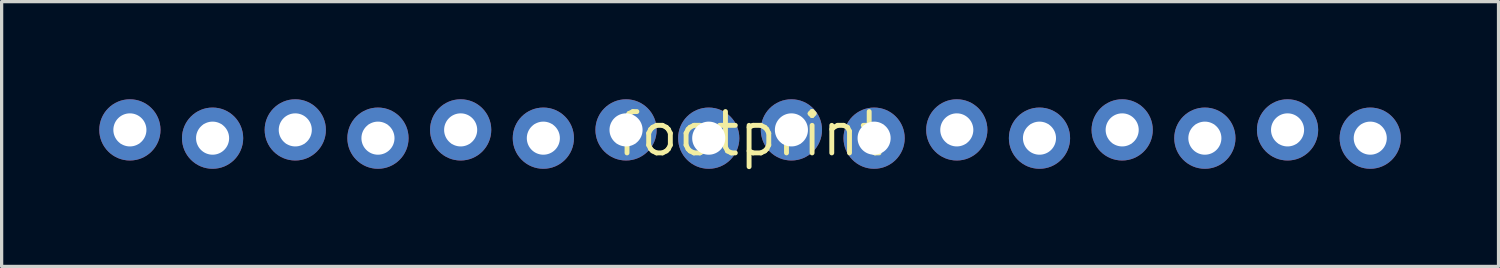
<source format=kicad_pcb>
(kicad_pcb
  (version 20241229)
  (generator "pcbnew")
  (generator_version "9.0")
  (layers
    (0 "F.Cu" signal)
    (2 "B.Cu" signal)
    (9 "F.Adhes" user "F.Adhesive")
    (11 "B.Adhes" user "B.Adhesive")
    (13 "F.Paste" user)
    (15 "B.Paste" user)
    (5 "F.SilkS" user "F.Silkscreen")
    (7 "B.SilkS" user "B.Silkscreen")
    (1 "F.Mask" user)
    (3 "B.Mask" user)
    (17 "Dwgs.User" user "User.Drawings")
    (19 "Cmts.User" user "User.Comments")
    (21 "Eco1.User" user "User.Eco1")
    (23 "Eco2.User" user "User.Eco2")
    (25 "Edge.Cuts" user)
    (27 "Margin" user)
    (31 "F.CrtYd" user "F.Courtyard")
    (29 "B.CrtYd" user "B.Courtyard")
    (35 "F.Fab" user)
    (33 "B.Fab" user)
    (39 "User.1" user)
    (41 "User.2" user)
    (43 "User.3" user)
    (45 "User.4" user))
  (footprint "footprint"
    (layer "F.Cu")
    (at 19.99 1.067)
    (property "Reference" "footprint" (at 0 0 0) (layer "F.SilkS") (effects (font (size 1.27 1.27) (thickness 0.15))))
    (fp_poly (pts (xy -19.304 0.254) (xy -18.796 0.254) (xy -18.796 -0.254) (xy -19.304 -0.254)) (stroke (width 0.1) (type solid)) (fill no) (layer "F.Fab"))
    (fp_poly (pts (xy -16.764 0.254) (xy -16.256 0.254) (xy -16.256 -0.254) (xy -16.764 -0.254)) (stroke (width 0.1) (type solid)) (fill no) (layer "F.Fab"))
    (fp_poly (pts (xy -14.224 0.254) (xy -13.716 0.254) (xy -13.716 -0.254) (xy -14.224 -0.254)) (stroke (width 0.1) (type solid)) (fill no) (layer "F.Fab"))
    (fp_poly (pts (xy -11.684 0.254) (xy -11.176 0.254) (xy -11.176 -0.254) (xy -11.684 -0.254)) (stroke (width 0.1) (type solid)) (fill no) (layer "F.Fab"))
    (fp_poly (pts (xy -9.144 0.254) (xy -8.636 0.254) (xy -8.636 -0.254) (xy -9.144 -0.254)) (stroke (width 0.1) (type solid)) (fill no) (layer "F.Fab"))
    (fp_poly (pts (xy -6.604 0.254) (xy -6.096 0.254) (xy -6.096 -0.254) (xy -6.604 -0.254)) (stroke (width 0.1) (type solid)) (fill no) (layer "F.Fab"))
    (fp_poly (pts (xy -4.064 0.254) (xy -3.556 0.254) (xy -3.556 -0.254) (xy -4.064 -0.254)) (stroke (width 0.1) (type solid)) (fill no) (layer "F.Fab"))
    (fp_poly (pts (xy -1.524 0.254) (xy -1.016 0.254) (xy -1.016 -0.254) (xy -1.524 -0.254)) (stroke (width 0.1) (type solid)) (fill no) (layer "F.Fab"))
    (fp_poly (pts (xy 1.016 0.254) (xy 1.524 0.254) (xy 1.524 -0.254) (xy 1.016 -0.254)) (stroke (width 0.1) (type solid)) (fill no) (layer "F.Fab"))
    (fp_poly (pts (xy 3.556 0.254) (xy 4.064 0.254) (xy 4.064 -0.254) (xy 3.556 -0.254)) (stroke (width 0.1) (type solid)) (fill no) (layer "F.Fab"))
    (fp_poly (pts (xy 6.096 0.254) (xy 6.604 0.254) (xy 6.604 -0.254) (xy 6.096 -0.254)) (stroke (width 0.1) (type solid)) (fill no) (layer "F.Fab"))
    (fp_poly (pts (xy 8.636 0.254) (xy 9.144 0.254) (xy 9.144 -0.254) (xy 8.636 -0.254)) (stroke (width 0.1) (type solid)) (fill no) (layer "F.Fab"))
    (fp_poly (pts (xy 11.176 0.254) (xy 11.684 0.254) (xy 11.684 -0.254) (xy 11.176 -0.254)) (stroke (width 0.1) (type solid)) (fill no) (layer "F.Fab"))
    (fp_poly (pts (xy 13.716 0.254) (xy 14.224 0.254) (xy 14.224 -0.254) (xy 13.716 -0.254)) (stroke (width 0.1) (type solid)) (fill no) (layer "F.Fab"))
    (fp_poly (pts (xy 16.256 0.254) (xy 16.764 0.254) (xy 16.764 -0.254) (xy 16.256 -0.254)) (stroke (width 0.1) (type solid)) (fill no) (layer "F.Fab"))
    (fp_poly (pts (xy 18.796 0.254) (xy 19.304 0.254) (xy 19.304 -0.254) (xy 18.796 -0.254)) (stroke (width 0.1) (type solid)) (fill no) (layer "F.Fab"))
    (pad "1" thru_hole circle (at -19.05 -0.127 90) (size 1.88 1.88) (drill 1.016) (layers "*.Cu" "*.Mask"))
    (pad "2" thru_hole circle (at -16.51 0.127 90) (size 1.88 1.88) (drill 1.016) (layers "*.Cu" "*.Mask"))
    (pad "3" thru_hole circle (at -13.97 -0.127 90) (size 1.88 1.88) (drill 1.016) (layers "*.Cu" "*.Mask"))
    (pad "4" thru_hole circle (at -11.43 0.127 90) (size 1.88 1.88) (drill 1.016) (layers "*.Cu" "*.Mask"))
    (pad "5" thru_hole circle (at -8.89 -0.127 90) (size 1.88 1.88) (drill 1.016) (layers "*.Cu" "*.Mask"))
    (pad "6" thru_hole circle (at -6.35 0.127 90) (size 1.88 1.88) (drill 1.016) (layers "*.Cu" "*.Mask"))
    (pad "7" thru_hole circle (at -3.81 -0.127 90) (size 1.88 1.88) (drill 1.016) (layers "*.Cu" "*.Mask"))
    (pad "8" thru_hole circle (at -1.27 0.127 90) (size 1.88 1.88) (drill 1.016) (layers "*.Cu" "*.Mask"))
    (pad "9" thru_hole circle (at 1.27 -0.127 90) (size 1.88 1.88) (drill 1.016) (layers "*.Cu" "*.Mask"))
    (pad "10" thru_hole circle (at 3.81 0.127 90) (size 1.88 1.88) (drill 1.016) (layers "*.Cu" "*.Mask"))
    (pad "11" thru_hole circle (at 6.35 -0.127 90) (size 1.88 1.88) (drill 1.016) (layers "*.Cu" "*.Mask"))
    (pad "12" thru_hole circle (at 8.89 0.127 90) (size 1.88 1.88) (drill 1.016) (layers "*.Cu" "*.Mask"))
    (pad "13" thru_hole circle (at 11.43 -0.127 90) (size 1.88 1.88) (drill 1.016) (layers "*.Cu" "*.Mask"))
    (pad "14" thru_hole circle (at 13.97 0.127 90) (size 1.88 1.88) (drill 1.016) (layers "*.Cu" "*.Mask"))
    (pad "15" thru_hole circle (at 16.51 -0.127 90) (size 1.88 1.88) (drill 1.016) (layers "*.Cu" "*.Mask"))
    (pad "16" thru_hole circle (at 19.05 0.127 90) (size 1.88 1.88) (drill 1.016) (layers "*.Cu" "*.Mask")))
  (gr_rect
    (start -3 -3)
    (end 42.98 5.134)
    (stroke (width 0.1) (type default))
    (fill no)
    (layer "Edge.Cuts")))
</source>
